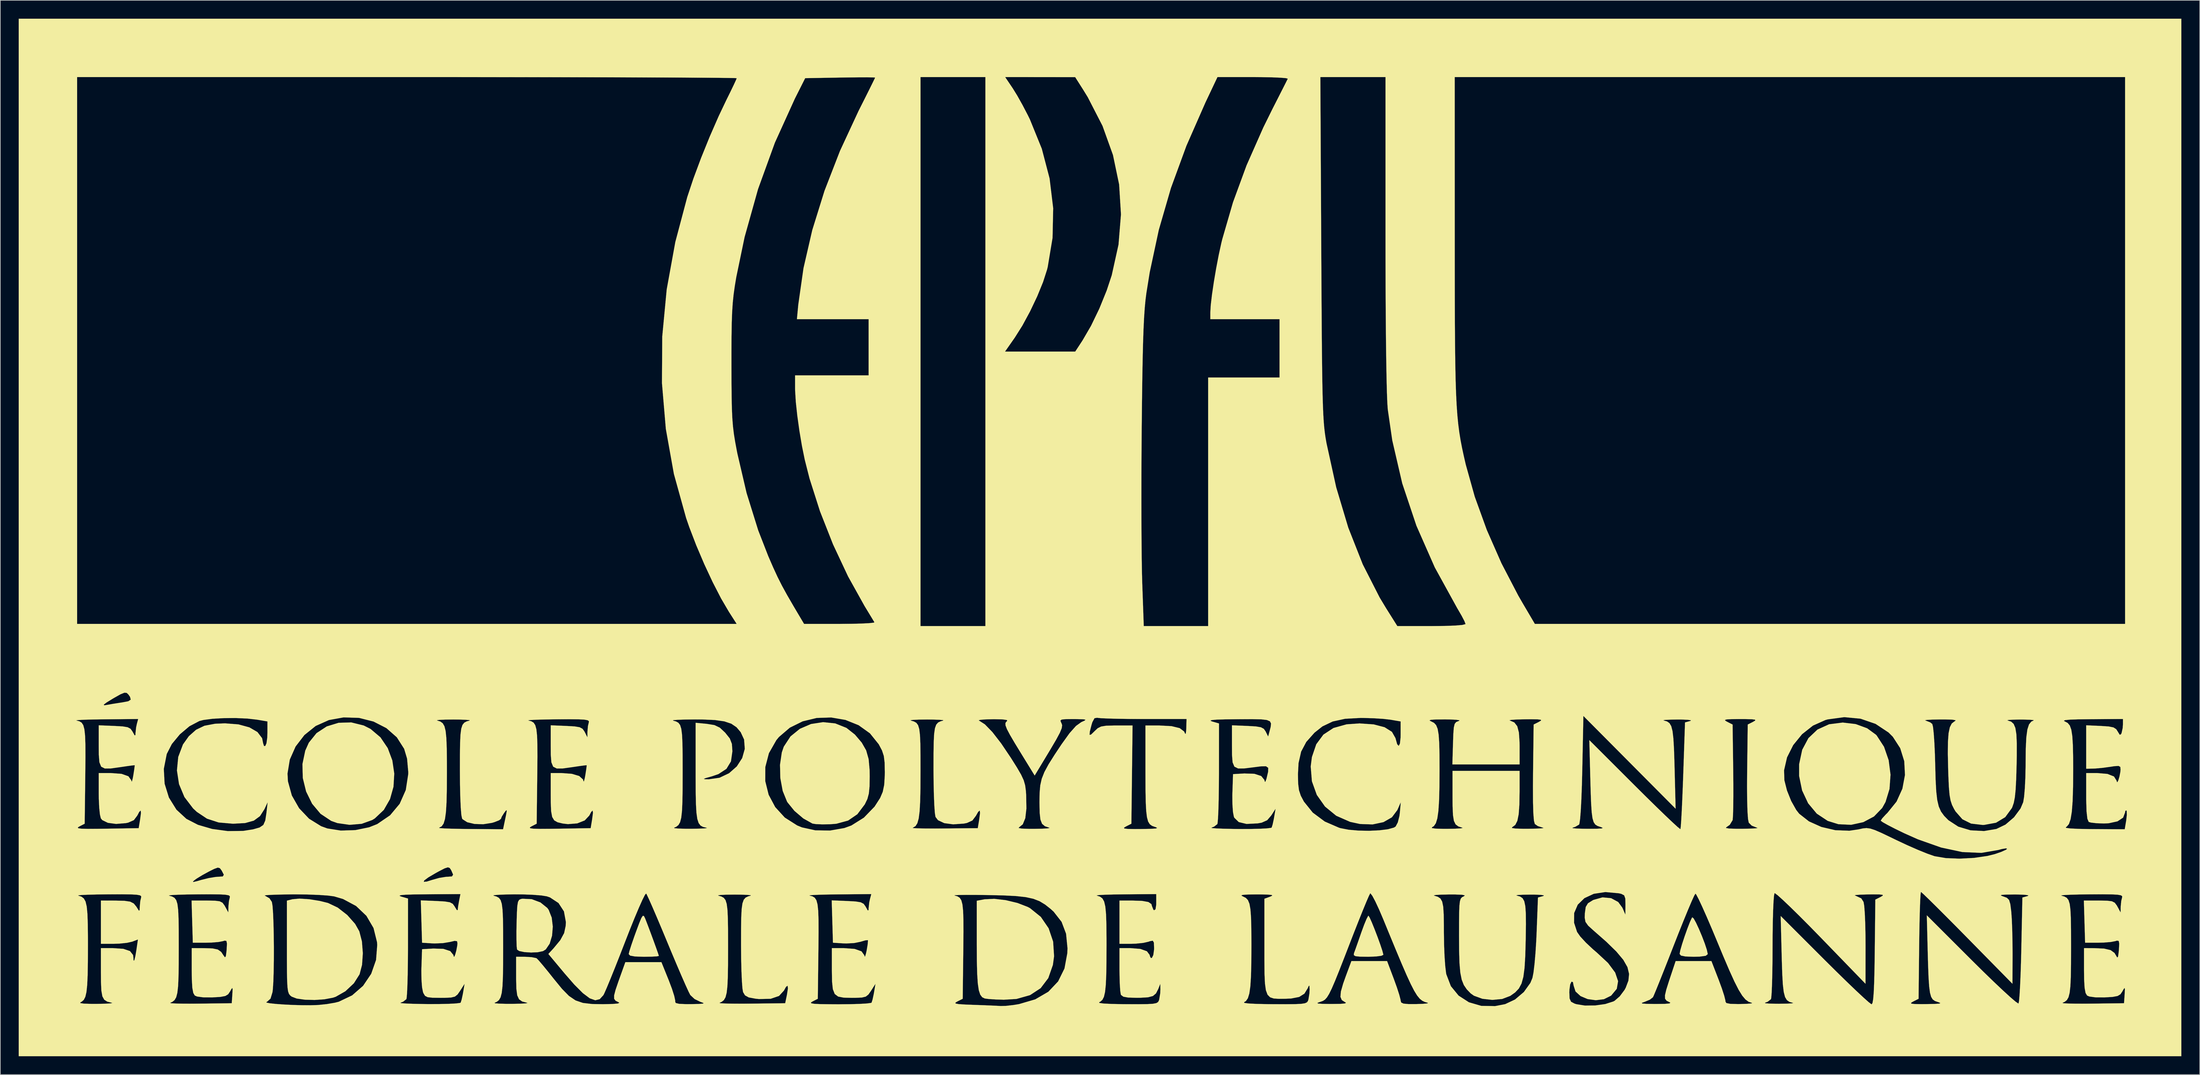
<source format=kicad_pcb>
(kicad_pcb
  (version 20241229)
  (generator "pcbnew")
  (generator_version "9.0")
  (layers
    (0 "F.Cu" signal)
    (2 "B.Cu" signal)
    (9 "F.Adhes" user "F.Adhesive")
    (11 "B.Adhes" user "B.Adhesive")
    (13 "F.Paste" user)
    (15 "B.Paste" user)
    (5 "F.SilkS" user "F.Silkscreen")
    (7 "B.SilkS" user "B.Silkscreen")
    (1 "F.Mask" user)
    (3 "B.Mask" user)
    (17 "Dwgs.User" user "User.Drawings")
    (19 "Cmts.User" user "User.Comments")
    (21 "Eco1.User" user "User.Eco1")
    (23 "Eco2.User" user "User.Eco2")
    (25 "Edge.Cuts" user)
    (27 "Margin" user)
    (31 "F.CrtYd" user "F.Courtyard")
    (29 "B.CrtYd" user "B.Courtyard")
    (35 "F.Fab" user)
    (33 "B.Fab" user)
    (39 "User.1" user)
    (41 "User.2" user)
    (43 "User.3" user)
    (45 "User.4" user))
  (footprint "epfl_logo"
    (layer "F.Cu")
    (at 176.394 84.672)
    (property "Reference" "epfl_logo" (at 0 0 0) (layer "F.SilkS") (effects (font (size 1.524 1.524) (thickness 0.3))))
    (attr through_hole)
    (fp_poly (pts (xy 96.833 62.186) (xy 97.216 62.875) (xy 97.692 63.895) (xy 98.191 65.082) (xy 98.644 66.266) (xy 98.979 67.282) (xy 99.128 67.962) (xy 99.131 68.016) (xy 98.805 68.278) (xy 97.814 68.415) (xy 96.838 68.439) (xy 95.498 68.393) (xy 94.765 68.242) (xy 94.544 67.972) (xy 94.659 67.377) (xy 94.954 66.357) (xy 95.36 65.116) (xy 95.806 63.858) (xy 96.221 62.788) (xy 96.533 62.11) (xy 96.612 61.997) (xy 96.833 62.186)) (stroke (width 0.01) (type solid)) (fill yes) (layer "F.SilkS"))
    (fp_poly (pts (xy -74.398 61.795) (xy -74.211 62.174) (xy -74.159 62.303) (xy -73.766 63.32) (xy -73.298 64.565) (xy -72.82 65.862) (xy -72.396 67.034) (xy -72.09 67.906) (xy -71.967 68.301) (xy -71.967 68.305) (xy -72.29 68.371) (xy -73.14 68.419) (xy -74.338 68.439) (xy -74.436 68.439) (xy -75.859 68.393) (xy -76.653 68.249) (xy -76.887 67.998) (xy -76.762 67.49) (xy -76.445 66.494) (xy -75.991 65.18) (xy -75.716 64.42) (xy -75.179 62.976) (xy -74.821 62.113) (xy -74.581 61.747) (xy -74.398 61.795)) (stroke (width 0.01) (type solid)) (fill yes) (layer "F.SilkS"))
    (fp_poly (pts (xy -92.714 59.039) (xy -91.279 59.578) (xy -90.169 60.47) (xy -89.943 60.785) (xy -89.445 62.047) (xy -89.27 63.517) (xy -89.389 65) (xy -89.778 66.303) (xy -90.409 67.231) (xy -90.856 67.514) (xy -91.715 67.696) (xy -92.81 67.746) (xy -93.901 67.676) (xy -94.747 67.502) (xy -95.097 67.27) (xy -95.161 66.743) (xy -95.195 65.678) (xy -95.198 64.241) (xy -95.174 62.948) (xy -95.124 61.258) (xy -95.059 60.147) (xy -94.948 59.487) (xy -94.76 59.151) (xy -94.465 59.012) (xy -94.207 58.968) (xy -92.714 59.039)) (stroke (width 0.01) (type solid)) (fill yes) (layer "F.SilkS"))
    (fp_poly (pts (xy 43.98 62.041) (xy 44.337 62.837) (xy 44.788 63.95) (xy 45.268 65.204) (xy 45.709 66.422) (xy 46.044 67.431) (xy 46.208 68.053) (xy 46.214 68.122) (xy 45.891 68.277) (xy 45.039 68.39) (xy 43.837 68.438) (xy 43.707 68.439) (xy 42.408 68.421) (xy 41.682 68.345) (xy 41.397 68.174) (xy 41.42 67.873) (xy 41.439 67.822) (xy 41.663 67.208) (xy 42.044 66.134) (xy 42.507 64.806) (xy 42.623 64.47) (xy 43.083 63.212) (xy 43.478 62.259) (xy 43.74 61.769) (xy 43.786 61.736) (xy 43.98 62.041)) (stroke (width 0.01) (type solid)) (fill yes) (layer "F.SilkS"))
    (fp_poly (pts (xy 123.263 30.462) (xy 125.137 31.149) (xy 126.576 32.201) (xy 126.694 32.33) (xy 127.889 34.17) (xy 128.645 36.361) (xy 128.947 38.716) (xy 128.782 41.049) (xy 128.134 43.173) (xy 127.586 44.158) (xy 126.254 45.538) (xy 124.513 46.464) (xy 122.524 46.898) (xy 120.45 46.803) (xy 118.707 46.262) (xy 116.92 45.078) (xy 115.507 43.383) (xy 114.528 41.296) (xy 114.042 38.937) (xy 114.045 37.002) (xy 114.546 34.651) (xy 115.557 32.755) (xy 117.033 31.355) (xy 118.931 30.494) (xy 121.147 30.213) (xy 123.263 30.462)) (stroke (width 0.01) (type solid)) (fill yes) (layer "F.SilkS"))
    (fp_poly (pts (xy -120.113 30.694) (xy -118.999 31.257) (xy -117.382 32.626) (xy -116.196 34.382) (xy -115.445 36.396) (xy -115.131 38.54) (xy -115.257 40.686) (xy -115.823 42.705) (xy -116.834 44.468) (xy -118.292 45.848) (xy -118.72 46.115) (xy -120.433 46.733) (xy -122.421 46.904) (xy -124.408 46.62) (xy -125.416 46.262) (xy -127.152 45.106) (xy -128.53 43.461) (xy -129.508 41.468) (xy -130.048 39.266) (xy -130.108 36.996) (xy -129.648 34.798) (xy -129.068 33.502) (xy -127.81 31.939) (xy -126.142 30.844) (xy -124.207 30.25) (xy -122.15 30.19) (xy -120.113 30.694)) (stroke (width 0.01) (type solid)) (fill yes) (layer "F.SilkS"))
    (fp_poly (pts (xy -15.385 59.202) (xy -13.464 59.662) (xy -11.797 60.306) (xy -11.418 60.511) (xy -9.658 61.932) (xy -8.388 63.788) (xy -7.652 65.964) (xy -7.498 68.348) (xy -7.691 69.773) (xy -8.442 71.919) (xy -9.686 73.562) (xy -11.417 74.699) (xy -13.627 75.323) (xy -15.699 75.45) (xy -17.036 75.408) (xy -18.156 75.335) (xy -18.805 75.247) (xy -19.221 75.044) (xy -19.541 74.622) (xy -19.776 73.901) (xy -19.938 72.799) (xy -20.04 71.238) (xy -20.093 69.135) (xy -20.108 66.41) (xy -20.108 66.315) (xy -20.108 59.299) (xy -18.837 59.06) (xy -17.272 58.982) (xy -15.385 59.202)) (stroke (width 0.01) (type solid)) (fill yes) (layer "F.SilkS"))
    (fp_poly (pts (xy -129.022 59.047) (xy -127.294 59.324) (xy -125.934 59.663) (xy -124.351 60.417) (xy -122.801 61.624) (xy -121.518 63.073) (xy -120.831 64.288) (xy -120.406 65.931) (xy -120.257 67.857) (xy -120.385 69.756) (xy -120.787 71.298) (xy -121.719 72.767) (xy -123.1 74.064) (xy -124.672 74.963) (xy -125.138 75.12) (xy -126.548 75.384) (xy -128.151 75.49) (xy -129.724 75.446) (xy -131.043 75.257) (xy -131.86 74.945) (xy -132.119 74.742) (xy -132.313 74.482) (xy -132.453 74.069) (xy -132.546 73.41) (xy -132.603 72.409) (xy -132.632 70.973) (xy -132.643 69.006) (xy -132.644 66.838) (xy -132.644 59.28) (xy -131.733 59.051) (xy -130.586 58.947) (xy -129.022 59.047)) (stroke (width 0.01) (type solid)) (fill yes) (layer "F.SilkS"))
    (fp_poly (pts (xy -43.203 30.352) (xy -41.367 31.085) (xy -39.986 32.177) (xy -38.872 33.488) (xy -38.152 34.75) (xy -37.749 36.178) (xy -37.587 37.987) (xy -37.572 38.982) (xy -37.601 40.635) (xy -37.715 41.799) (xy -37.952 42.688) (xy -38.35 43.515) (xy -38.383 43.574) (xy -39.59 45.175) (xy -41.097 46.205) (xy -43.013 46.727) (xy -44.059 46.813) (xy -45.34 46.828) (xy -46.383 46.782) (xy -46.919 46.694) (xy -48.404 45.861) (xy -49.854 44.625) (xy -50.98 43.237) (xy -51.065 43.096) (xy -51.765 41.37) (xy -52.15 39.281) (xy -52.204 37.099) (xy -51.911 35.095) (xy -51.589 34.149) (xy -50.492 32.475) (xy -48.963 31.234) (xy -47.144 30.451) (xy -45.176 30.148) (xy -43.203 30.352)) (stroke (width 0.01) (type solid)) (fill yes) (layer "F.SilkS"))
    (fp_poly (pts (xy 176.389 84.667) (xy -176.389 84.667) (xy -176.389 58.415) (xy -166.696 58.415) (xy -166.688 58.455) (xy -166.165 58.626) (xy -165.772 58.919) (xy -165.488 59.428) (xy -165.297 60.241) (xy -165.181 61.451) (xy -165.122 63.148) (xy -165.101 65.423) (xy -165.1 66.522) (xy -165.11 69.289) (xy -165.146 71.434) (xy -165.22 73.041) (xy -165.342 74.194) (xy -165.524 74.976) (xy -165.774 75.471) (xy -166.105 75.762) (xy -166.297 75.855) (xy -166.366 75.999) (xy -165.754 76.091) (xy -164.482 76.13) (xy -163.689 76.13) (xy -162.367 76.104) (xy -161.473 76.055) (xy -161.109 75.991) (xy -161.219 75.942) (xy -161.943 75.761) (xy -162.436 75.453) (xy -162.744 74.896) (xy -162.908 73.969) (xy -162.973 72.551) (xy -162.983 71.042) (xy -162.983 67.028) (xy -161.02 67.028) (xy -159.319 67.146) (xy -158.241 67.512) (xy -157.74 68.147) (xy -157.692 68.51) (xy -157.648 69.085) (xy -157.531 69.013) (xy -157.362 68.348) (xy -157.186 67.293) (xy -156.943 65.618) (xy -157.869 65.97) (xy -158.736 66.165) (xy -159.981 66.293) (xy -160.89 66.322) (xy -162.983 66.322) (xy -162.983 59.267) (xy -160.602 59.272) (xy -159.146 59.307) (xy -158.213 59.444) (xy -157.62 59.748) (xy -157.185 60.282) (xy -157.055 60.501) (xy -156.766 60.947) (xy -156.661 60.786) (xy -156.644 60.266) (xy -156.557 59.332) (xy -156.419 58.766) (xy -156.406 58.556) (xy -156.59 58.425) (xy -151.896 58.425) (xy -151.871 58.464) (xy -151.364 58.609) (xy -150.979 58.823) (xy -150.698 59.194) (xy -150.505 59.811) (xy -150.384 60.764) (xy -150.318 62.141) (xy -150.289 64.03) (xy -150.283 66.522) (xy -150.283 67.004) (xy -150.291 69.672) (xy -150.323 71.722) (xy -150.392 73.244) (xy -150.514 74.324) (xy -150.702 75.051) (xy -150.97 75.514) (xy -151.331 75.8) (xy -151.694 75.96) (xy -151.551 76.023) (xy -150.809 76.069) (xy -149.573 76.095) (xy -147.951 76.098) (xy -146.932 76.089) (xy -141.64 76.024) (xy -141.543 74.612) (xy -141.496 73.747) (xy -141.556 73.512) (xy -141.773 73.834) (xy -141.904 74.083) (xy -142.225 74.56) (xy -142.69 74.841) (xy -143.489 74.99) (xy -144.768 75.07) (xy -146.251 75.068) (xy -147.295 74.926) (xy -147.669 74.763) (xy -147.914 74.346) (xy -148.07 73.514) (xy -148.149 72.163) (xy -148.167 70.689) (xy -148.167 67.028) (xy -146.138 67.033) (xy -144.773 67.079) (xy -143.914 67.259) (xy -143.365 67.646) (xy -142.973 68.235) (xy -142.743 68.54) (xy -142.599 68.338) (xy -142.495 67.54) (xy -142.472 67.268) (xy -142.419 66.283) (xy -142.511 65.847) (xy -142.81 65.806) (xy -143.049 65.884) (xy -143.78 66.026) (xy -144.928 66.121) (xy -145.874 66.145) (xy -147.99 66.146) (xy -148.091 62.706) (xy -148.192 59.267) (xy -145.721 59.267) (xy -144.412 59.286) (xy -143.618 59.384) (xy -143.151 59.622) (xy -142.822 60.062) (xy -142.724 60.237) (xy -142.198 61.207) (xy -142.184 60.266) (xy -142.094 59.332) (xy -141.955 58.766) (xy -141.941 58.553) (xy -142.117 58.43) (xy -136.301 58.43) (xy -136.241 58.46) (xy -135.493 58.896) (xy -135.095 59.493) (xy -134.987 60.132) (xy -134.9 61.336) (xy -134.834 62.965) (xy -134.79 64.878) (xy -134.77 66.935) (xy -134.774 68.996) (xy -134.804 70.92) (xy -134.859 72.567) (xy -134.942 73.797) (xy -134.995 74.219) (xy -135.316 75.276) (xy -135.876 75.777) (xy -135.961 75.806) (xy -135.992 75.916) (xy -135.45 76.029) (xy -134.467 76.136) (xy -133.178 76.23) (xy -131.713 76.303) (xy -130.207 76.346) (xy -128.791 76.353) (xy -127.598 76.315) (xy -127.529 76.31) (xy -126.13 76.164) (xy -124.815 75.94) (xy -124.178 75.78) (xy -122.001 74.742) (xy -120.215 73.185) (xy -118.89 71.22) (xy -118.097 68.956) (xy -117.906 66.505) (xy -117.942 66.041) (xy -118.511 63.745) (xy -119.675 61.755) (xy -121.358 60.15) (xy -123.486 59.009) (xy -124.935 58.583) (xy -125.716 58.478) (xy -114.298 58.478) (xy -114.035 58.603) (xy -112.889 58.934) (xy -112.894 66.95) (xy -112.907 69.272) (xy -112.939 71.365) (xy -112.988 73.124) (xy -113.049 74.443) (xy -113.12 75.216) (xy -113.159 75.365) (xy -113.694 75.779) (xy -114.124 75.942) (xy -114.045 76.006) (xy -113.363 76.064) (xy -112.179 76.114) (xy -110.595 76.148) (xy -109.647 76.159) (xy -107.809 76.156) (xy -106.235 76.121) (xy -105.053 76.059) (xy -104.391 75.975) (xy -104.299 75.933) (xy -104.139 75.44) (xy -103.946 74.545) (xy -103.895 74.257) (xy -103.656 72.849) (xy -104.387 73.995) (xy -104.805 74.595) (xy -105.235 74.938) (xy -105.877 75.095) (xy -106.934 75.14) (xy -107.601 75.142) (xy -108.907 75.125) (xy -109.684 75.035) (xy -110.11 74.815) (xy -110.361 74.404) (xy -110.441 74.203) (xy -110.595 73.419) (xy -110.689 72.165) (xy -110.708 70.675) (xy -110.697 70.234) (xy -110.596 67.204) (xy -108.754 67.098) (xy -107.113 67.151) (xy -106 67.514) (xy -105.472 68.164) (xy -105.439 68.363) (xy -105.351 68.471) (xy -105.186 68.085) (xy -105.001 67.405) (xy -104.856 66.628) (xy -104.817 66.262) (xy -104.884 65.898) (xy -105.282 65.844) (xy -106.018 66.017) (xy -107.172 66.209) (xy -108.533 66.268) (xy -108.929 66.253) (xy -110.596 66.146) (xy -110.697 62.691) (xy -110.798 59.235) (xy -108.237 59.339) (xy -106.889 59.416) (xy -106.066 59.55) (xy -105.591 59.8) (xy -105.282 60.225) (xy -105.23 60.325) (xy -104.917 60.829) (xy -104.78 60.817) (xy -104.78 60.81) (xy -104.711 60.203) (xy -104.555 59.311) (xy -104.385 58.462) (xy -98.959 58.462) (xy -98.954 58.464) (xy -98.448 58.609) (xy -98.062 58.823) (xy -97.782 59.194) (xy -97.589 59.811) (xy -97.467 60.764) (xy -97.401 62.141) (xy -97.373 64.03) (xy -97.367 66.522) (xy -97.367 67.004) (xy -97.374 69.673) (xy -97.406 71.725) (xy -97.476 73.248) (xy -97.598 74.328) (xy -97.786 75.055) (xy -98.054 75.516) (xy -98.416 75.799) (xy -98.778 75.955) (xy -98.685 76.033) (xy -98.009 76.091) (xy -96.873 76.122) (xy -95.956 76.124) (xy -94.634 76.101) (xy -93.739 76.054) (xy -93.376 75.99) (xy -93.486 75.942) (xy -94.264 75.737) (xy -94.774 75.378) (xy -95.071 74.731) (xy -95.211 73.665) (xy -95.25 72.046) (xy -95.25 71.747) (xy -95.25 68.439) (xy -93.751 68.444) (xy -92.733 68.505) (xy -92.009 68.65) (xy -91.887 68.709) (xy -91.531 69.079) (xy -90.848 69.881) (xy -89.943 70.99) (xy -89.113 72.034) (xy -87.764 73.682) (xy -86.636 74.83) (xy -85.557 75.565) (xy -84.358 75.976) (xy -82.868 76.151) (xy -81.086 76.178) (xy -79.536 76.146) (xy -78.654 76.071) (xy -78.404 75.95) (xy -78.581 75.836) (xy -79.032 75.61) (xy -79.262 75.293) (xy -79.265 74.751) (xy -79.033 73.852) (xy -78.56 72.463) (xy -78.383 71.967) (xy -77.435 69.321) (xy -71.548 69.321) (xy -70.34 72.314) (xy -69.824 73.683) (xy -69.459 74.831) (xy -69.296 75.584) (xy -69.304 75.754) (xy -69.216 75.987) (xy -68.665 76.121) (xy -67.556 76.17) (xy -66.752 76.168) (xy -65.442 76.141) (xy -64.769 76.089) (xy -64.662 75.994) (xy -65.052 75.842) (xy -65.174 75.806) (xy -66.136 75.339) (xy -66.837 74.684) (xy -67.115 74.141) (xy -67.616 73.047) (xy -68.293 71.505) (xy -69.102 69.616) (xy -70 67.484) (xy -70.557 66.142) (xy -71.469 63.951) (xy -72.304 61.975) (xy -73.021 60.31) (xy -73.579 59.05) (xy -73.879 58.414) (xy -62.326 58.414) (xy -62.265 58.464) (xy -61.759 58.609) (xy -61.374 58.823) (xy -61.093 59.194) (xy -60.9 59.811) (xy -60.778 60.764) (xy -60.712 62.141) (xy -60.684 64.03) (xy -60.678 66.522) (xy -60.678 67.004) (xy -60.685 69.672) (xy -60.717 71.722) (xy -60.787 73.244) (xy -60.909 74.324) (xy -61.096 75.052) (xy -61.364 75.514) (xy -61.725 75.8) (xy -62.089 75.96) (xy -61.94 76.021) (xy -61.189 76.067) (xy -59.94 76.093) (xy -58.298 76.099) (xy -56.989 76.089) (xy -51.36 76.024) (xy -51.074 74.647) (xy -50.91 73.593) (xy -50.969 73.155) (xy -51.234 73.36) (xy -51.562 73.955) (xy -52.368 74.834) (xy -53.728 75.297) (xy -55.623 75.339) (xy -56.202 75.279) (xy -57.304 75.074) (xy -57.916 74.733) (xy -58.231 74.201) (xy -58.333 73.587) (xy -58.422 72.393) (xy -58.494 70.742) (xy -58.542 68.759) (xy -58.561 66.568) (xy -58.561 66.342) (xy -58.556 63.862) (xy -58.528 61.993) (xy -58.459 60.644) (xy -58.329 59.721) (xy -58.121 59.132) (xy -57.815 58.782) (xy -57.392 58.579) (xy -56.974 58.464) (xy -56.983 58.42) (xy -47.423 58.42) (xy -47.386 58.454) (xy -46.905 58.58) (xy -46.537 58.805) (xy -46.268 59.213) (xy -46.085 59.89) (xy -45.974 60.919) (xy -45.922 62.387) (xy -45.914 64.377) (xy -45.937 66.976) (xy -45.942 67.415) (xy -46.038 75.298) (xy -46.919 75.744) (xy -47.174 75.917) (xy -47.089 76.04) (xy -46.586 76.121) (xy -45.586 76.168) (xy -44.012 76.19) (xy -42.619 76.195) (xy -40.781 76.179) (xy -39.207 76.133) (xy -38.025 76.063) (xy -37.364 75.975) (xy -37.271 75.933) (xy -37.111 75.44) (xy -36.918 74.545) (xy -36.867 74.257) (xy -36.628 72.849) (xy -37.359 73.995) (xy -37.779 74.597) (xy -38.212 74.94) (xy -38.859 75.097) (xy -39.923 75.14) (xy -40.552 75.142) (xy -41.836 75.109) (xy -42.72 74.935) (xy -43.278 74.511) (xy -43.585 73.726) (xy -43.716 72.468) (xy -43.744 70.627) (xy -43.744 70.402) (xy -43.744 67.028) (xy -41.781 67.028) (xy -40.022 67.159) (xy -38.909 67.556) (xy -38.433 68.222) (xy -38.414 68.363) (xy -38.335 68.424) (xy -38.178 67.909) (xy -38.068 67.403) (xy -37.907 66.444) (xy -37.854 65.828) (xy -37.874 65.726) (xy -38.246 65.752) (xy -38.998 65.967) (xy -39.062 65.989) (xy -40.084 66.196) (xy -41.375 66.27) (xy -41.853 66.255) (xy -43.568 66.146) (xy -43.669 62.691) (xy -43.77 59.235) (xy -41.209 59.339) (xy -39.861 59.416) (xy -39.039 59.55) (xy -38.563 59.8) (xy -38.254 60.225) (xy -38.202 60.325) (xy -37.888 60.885) (xy -37.766 60.835) (xy -37.748 60.501) (xy -37.646 59.567) (xy -37.525 59.002) (xy -37.373 58.436) (xy -23.75 58.436) (xy -23.268 58.573) (xy -22.9 58.805) (xy -22.631 59.216) (xy -22.449 59.893) (xy -22.338 60.92) (xy -22.285 62.383) (xy -22.278 64.368) (xy -22.301 66.96) (xy -22.306 67.415) (xy -22.401 75.298) (xy -23.279 75.735) (xy -23.6 75.935) (xy -23.552 76.073) (xy -23.048 76.168) (xy -21.999 76.237) (xy -20.633 76.289) (xy -19.024 76.346) (xy -17.594 76.405) (xy -16.549 76.456) (xy -16.204 76.479) (xy -15.361 76.456) (xy -14.142 76.318) (xy -13.217 76.168) (xy -10.564 75.391) (xy -8.431 74.15) (xy -6.837 72.464) (xy -5.798 70.354) (xy -5.333 67.838) (xy -5.307 67.028) (xy -5.539 64.675) (xy -6.271 62.738) (xy -7.561 61.085) (xy -8.057 60.632) (xy -8.966 59.913) (xy -9.865 59.369) (xy -10.875 58.975) (xy -12.115 58.704) (xy -13.705 58.529) (xy -15.763 58.425) (xy -15.832 58.424) (xy -0.569 58.424) (xy -0.529 58.455) (xy -0.007 58.626) (xy 0.387 58.919) (xy 0.67 59.428) (xy 0.861 60.241) (xy 0.977 61.451) (xy 1.037 63.148) (xy 1.057 65.423) (xy 1.058 66.522) (xy 1.049 69.289) (xy 1.012 71.434) (xy 0.938 73.041) (xy 0.816 74.194) (xy 0.635 74.976) (xy 0.384 75.471) (xy 0.053 75.762) (xy -0.138 75.855) (xy -0.119 75.975) (xy 0.559 76.071) (xy 1.851 76.138) (xy 3.711 76.174) (xy 4.28 76.178) (xy 6.285 76.183) (xy 7.695 76.166) (xy 8.621 76.113) (xy 9.175 76.007) (xy 9.466 75.832) (xy 9.607 75.572) (xy 9.655 75.406) (xy 9.821 74.391) (xy 9.851 73.731) (xy 9.833 72.849) (xy 9.485 73.721) (xy 9.128 74.419) (xy 8.629 74.842) (xy 7.822 75.057) (xy 6.537 75.131) (xy 5.947 75.136) (xy 4.6 75.098) (xy 3.811 74.956) (xy 3.436 74.679) (xy 3.389 74.584) (xy 3.297 74.005) (xy 3.225 72.905) (xy 3.183 71.466) (xy 3.175 70.527) (xy 3.175 67.028) (xy 4.962 67.028) (xy 6.581 67.16) (xy 7.646 67.542) (xy 8.101 68.152) (xy 8.114 68.296) (xy 8.288 68.651) (xy 8.467 68.615) (xy 8.693 68.152) (xy 8.813 67.276) (xy 8.819 67.016) (xy 8.789 66.138) (xy 8.611 65.814) (xy 8.151 65.891) (xy 7.915 65.978) (xy 7.038 66.177) (xy 5.809 66.301) (xy 5.092 66.322) (xy 3.175 66.322) (xy 3.175 59.267) (xy 5.263 59.267) (xy 6.878 59.322) (xy 7.886 59.504) (xy 8.379 59.839) (xy 8.467 60.166) (xy 8.698 60.75) (xy 8.819 60.854) (xy 9.051 60.695) (xy 9.166 59.95) (xy 9.172 59.64) (xy 9.172 58.435) (xy 23.034 58.435) (xy 23.301 58.594) (xy 23.331 58.605) (xy 23.785 58.831) (xy 24.126 59.194) (xy 24.371 59.786) (xy 24.534 60.7) (xy 24.632 62.028) (xy 24.68 63.865) (xy 24.694 66.302) (xy 24.694 66.67) (xy 24.678 69.471) (xy 24.623 71.646) (xy 24.518 73.273) (xy 24.353 74.433) (xy 24.118 75.203) (xy 23.802 75.663) (xy 23.496 75.856) (xy 23.53 75.971) (xy 24.218 76.064) (xy 25.51 76.132) (xy 27.354 76.171) (xy 28.269 76.178) (xy 30.351 76.183) (xy 31.835 76.169) (xy 32.827 76.122) (xy 33.435 76.027) (xy 33.555 75.97) (xy 35.449 75.97) (xy 35.552 76.069) (xy 36.228 76.124) (xy 37.539 76.145) (xy 37.747 76.146) (xy 39.194 76.128) (xy 39.975 76.059) (xy 40.128 75.934) (xy 39.952 75.836) (xy 39.438 75.507) (xy 39.216 74.972) (xy 39.29 74.113) (xy 39.662 72.813) (xy 40.081 71.634) (xy 41.004 69.144) (xy 46.826 69.144) (xy 47.931 72.073) (xy 48.43 73.46) (xy 48.812 74.645) (xy 49.017 75.438) (xy 49.036 75.6) (xy 49.131 75.913) (xy 49.513 76.089) (xy 50.322 76.16) (xy 51.594 76.159) (xy 52.718 76.119) (xy 53.395 76.051) (xy 53.509 75.967) (xy 53.446 75.947) (xy 52.976 75.812) (xy 52.554 75.61) (xy 52.147 75.279) (xy 51.722 74.759) (xy 51.247 73.986) (xy 50.689 72.901) (xy 50.015 71.441) (xy 49.192 69.545) (xy 48.189 67.151) (xy 46.971 64.198) (xy 46.206 62.331) (xy 45.52 60.723) (xy 44.907 59.408) (xy 44.422 58.497) (xy 44.363 58.419) (xy 54.429 58.419) (xy 54.504 58.464) (xy 55.103 58.649) (xy 55.529 58.938) (xy 55.812 59.439) (xy 55.98 60.263) (xy 56.062 61.52) (xy 56.09 63.32) (xy 56.092 64.408) (xy 56.12 66.407) (xy 56.196 68.32) (xy 56.31 69.955) (xy 56.451 71.12) (xy 56.484 71.292) (xy 57.23 73.241) (xy 58.491 74.782) (xy 60.174 75.869) (xy 62.188 76.454) (xy 64.44 76.492) (xy 66.083 76.175) (xy 67.69 75.421) (xy 69.048 74.27) (xy 76.553 74.27) (xy 76.598 75.256) (xy 76.831 75.779) (xy 77.397 76.081) (xy 77.699 76.179) (xy 79.095 76.405) (xy 80.764 76.39) (xy 82.406 76.16) (xy 83.015 75.967) (xy 88.368 75.967) (xy 88.44 76.067) (xy 89.074 76.122) (xy 90.336 76.144) (xy 90.664 76.146) (xy 92.111 76.128) (xy 92.892 76.059) (xy 93.045 75.934) (xy 92.869 75.836) (xy 92.411 75.606) (xy 92.172 75.281) (xy 92.156 74.73) (xy 92.367 73.818) (xy 92.809 72.414) (xy 92.986 71.88) (xy 93.897 69.144) (xy 99.735 69.144) (xy 100.929 72.231) (xy 101.441 73.625) (xy 101.82 74.795) (xy 102.013 75.57) (xy 102.023 75.759) (xy 102.173 75.998) (xy 102.822 76.126) (xy 104.058 76.158) (xy 104.495 76.152) (xy 105.617 76.112) (xy 106.286 76.049) (xy 106.328 76.019) (xy 108.478 76.019) (xy 109.067 76.077) (xy 110.132 76.108) (xy 110.772 76.111) (xy 112.015 76.092) (xy 112.827 76.049) (xy 113.098 75.988) (xy 113.003 75.954) (xy 112.458 75.8) (xy 112.045 75.516) (xy 111.744 75.011) (xy 111.531 74.191) (xy 111.386 72.966) (xy 111.287 71.241) (xy 111.212 68.926) (xy 111.195 68.266) (xy 111.032 61.784) (xy 118.241 68.992) (xy 120.099 70.836) (xy 121.808 72.506) (xy 123.301 73.939) (xy 124.514 75.072) (xy 125.378 75.842) (xy 125.828 76.187) (xy 125.865 76.2) (xy 126.008 75.992) (xy 126.014 75.957) (xy 132.295 75.957) (xy 132.34 76.088) (xy 132.867 76.152) (xy 133.967 76.168) (xy 134.761 76.163) (xy 136.155 76.138) (xy 136.91 76.086) (xy 137.091 75.994) (xy 136.764 75.85) (xy 136.634 75.811) (xy 136.183 75.65) (xy 135.835 75.402) (xy 135.575 74.979) (xy 135.385 74.294) (xy 135.25 73.257) (xy 135.152 71.782) (xy 135.076 69.78) (xy 135.005 67.162) (xy 135.003 67.084) (xy 134.868 61.673) (xy 142.21 69.008) (xy 144.075 70.854) (xy 145.785 72.511) (xy 147.275 73.92) (xy 148.48 75.022) (xy 149.339 75.757) (xy 149.785 76.066) (xy 149.829 76.067) (xy 149.914 75.65) (xy 150.003 74.629) (xy 150.091 73.103) (xy 150.173 71.172) (xy 150.244 68.937) (xy 150.283 67.279) (xy 150.46 58.768) (xy 151.342 58.523) (xy 151.433 58.425) (xy 156.785 58.425) (xy 156.81 58.464) (xy 157.316 58.609) (xy 157.701 58.823) (xy 157.982 59.194) (xy 158.175 59.811) (xy 158.297 60.764) (xy 158.363 62.141) (xy 158.391 64.03) (xy 158.397 66.522) (xy 158.397 67.004) (xy 158.39 69.672) (xy 158.358 71.722) (xy 158.288 73.244) (xy 158.166 74.324) (xy 157.979 75.051) (xy 157.711 75.514) (xy 157.35 75.8) (xy 156.986 75.96) (xy 157.129 76.023) (xy 157.872 76.069) (xy 159.107 76.095) (xy 160.729 76.098) (xy 161.749 76.089) (xy 167.04 76.024) (xy 167.138 74.612) (xy 167.185 73.747) (xy 167.125 73.512) (xy 166.908 73.834) (xy 166.776 74.083) (xy 166.456 74.56) (xy 165.99 74.841) (xy 165.192 74.99) (xy 163.913 75.07) (xy 162.429 75.068) (xy 161.386 74.926) (xy 161.011 74.763) (xy 160.766 74.346) (xy 160.611 73.514) (xy 160.531 72.163) (xy 160.514 70.689) (xy 160.514 67.028) (xy 162.19 67.033) (xy 163.796 67.108) (xy 164.848 67.355) (xy 165.485 67.819) (xy 165.718 68.205) (xy 165.931 68.566) (xy 166.067 68.417) (xy 166.169 67.674) (xy 166.202 67.296) (xy 166.259 66.3) (xy 166.174 65.853) (xy 165.884 65.803) (xy 165.631 65.884) (xy 164.9 66.026) (xy 163.753 66.121) (xy 162.807 66.145) (xy 160.69 66.146) (xy 160.589 62.706) (xy 160.488 59.267) (xy 162.959 59.267) (xy 164.269 59.286) (xy 165.062 59.384) (xy 165.529 59.622) (xy 165.859 60.062) (xy 165.957 60.237) (xy 166.483 61.207) (xy 166.497 60.266) (xy 166.587 59.332) (xy 166.725 58.766) (xy 166.739 58.553) (xy 166.527 58.404) (xy 165.993 58.308) (xy 165.04 58.257) (xy 163.574 58.241) (xy 161.522 58.249) (xy 159.724 58.274) (xy 158.268 58.314) (xy 157.255 58.366) (xy 156.785 58.425) (xy 151.433 58.425) (xy 151.446 58.411) (xy 150.926 58.327) (xy 149.864 58.281) (xy 149.225 58.275) (xy 147.832 58.288) (xy 147.084 58.336) (xy 146.92 58.429) (xy 147.282 58.578) (xy 147.322 58.59) (xy 147.931 58.815) (xy 148.286 59.168) (xy 148.489 59.84) (xy 148.639 61.019) (xy 148.645 61.079) (xy 148.731 62.277) (xy 148.799 63.963) (xy 148.844 65.917) (xy 148.857 67.924) (xy 148.857 68.05) (xy 148.842 72.849) (xy 141.473 65.352) (xy 139.613 63.465) (xy 137.911 61.753) (xy 136.432 60.276) (xy 135.238 59.098) (xy 134.391 58.28) (xy 133.954 57.883) (xy 133.91 57.856) (xy 133.853 58.192) (xy 133.795 59.14) (xy 133.739 60.603) (xy 133.688 62.487) (xy 133.646 64.696) (xy 133.621 66.577) (xy 133.526 75.298) (xy 132.644 75.744) (xy 132.295 75.957) (xy 126.014 75.957) (xy 126.124 75.335) (xy 126.216 74.174) (xy 126.288 72.458) (xy 126.342 70.134) (xy 126.376 67.655) (xy 126.471 59.111) (xy 127.353 58.665) (xy 127.701 58.452) (xy 127.652 58.324) (xy 127.119 58.264) (xy 126.013 58.256) (xy 125.236 58.266) (xy 124.024 58.302) (xy 123.272 58.359) (xy 123.079 58.427) (xy 123.226 58.463) (xy 124.177 58.909) (xy 124.549 59.491) (xy 124.658 60.123) (xy 124.751 61.327) (xy 124.822 62.967) (xy 124.865 64.909) (xy 124.876 66.61) (xy 124.868 72.849) (xy 117.611 65.352) (xy 115.769 63.466) (xy 114.077 61.767) (xy 112.6 60.316) (xy 111.399 59.174) (xy 110.54 58.402) (xy 110.084 58.061) (xy 110.034 58.052) (xy 109.943 58.447) (xy 109.862 59.447) (xy 109.795 60.955) (xy 109.744 62.871) (xy 109.715 65.096) (xy 109.708 66.608) (xy 109.696 68.98) (xy 109.665 71.124) (xy 109.619 72.938) (xy 109.559 74.317) (xy 109.49 75.158) (xy 109.444 75.365) (xy 108.909 75.779) (xy 108.479 75.942) (xy 108.478 76.019) (xy 106.328 76.019) (xy 106.389 75.975) (xy 106.318 75.957) (xy 105.794 75.779) (xy 105.289 75.412) (xy 104.762 74.787) (xy 104.174 73.835) (xy 103.486 72.484) (xy 102.659 70.666) (xy 101.651 68.31) (xy 100.745 66.128) (xy 99.82 63.911) (xy 98.97 61.933) (xy 98.235 60.282) (xy 97.655 59.043) (xy 97.267 58.305) (xy 97.125 58.131) (xy 96.923 58.474) (xy 96.507 59.386) (xy 95.915 60.777) (xy 95.184 62.557) (xy 94.351 64.637) (xy 93.651 66.421) (xy 92.763 68.695) (xy 91.948 70.761) (xy 91.245 72.525) (xy 90.691 73.892) (xy 90.324 74.769) (xy 90.194 75.048) (xy 89.688 75.442) (xy 88.836 75.798) (xy 88.794 75.81) (xy 88.368 75.967) (xy 83.015 75.967) (xy 83.725 75.741) (xy 83.942 75.626) (xy 84.783 74.896) (xy 85.56 73.853) (xy 85.753 73.497) (xy 86.193 72.336) (xy 86.302 71.24) (xy 86.039 70.133) (xy 85.359 68.938) (xy 84.22 67.579) (xy 82.578 65.978) (xy 80.495 64.148) (xy 79.625 63.359) (xy 79.189 62.743) (xy 79.06 62.048) (xy 79.089 61.326) (xy 79.23 60.312) (xy 79.594 59.709) (xy 80.37 59.224) (xy 80.501 59.159) (xy 81.965 58.746) (xy 83.366 58.876) (xy 84.525 59.503) (xy 85.208 60.434) (xy 85.697 61.56) (xy 85.711 59.928) (xy 85.685 58.924) (xy 85.498 58.409) (xy 85.025 58.166) (xy 84.623 58.076) (xy 82.433 57.876) (xy 80.543 58.161) (xy 79.019 58.868) (xy 77.93 59.933) (xy 77.343 61.295) (xy 77.326 62.889) (xy 77.814 64.388) (xy 78.332 65.129) (xy 79.253 66.129) (xy 80.418 67.222) (xy 81.019 67.734) (xy 82.868 69.455) (xy 84.031 71.017) (xy 84.506 72.422) (xy 84.294 73.668) (xy 83.395 74.754) (xy 83.342 74.797) (xy 82.199 75.364) (xy 80.877 75.531) (xy 79.548 75.346) (xy 78.386 74.855) (xy 77.565 74.105) (xy 77.258 73.155) (xy 77.143 72.571) (xy 76.906 72.496) (xy 76.691 72.953) (xy 76.566 73.847) (xy 76.553 74.27) (xy 69.048 74.27) (xy 69.135 74.196) (xy 70.203 72.706) (xy 70.539 71.891) (xy 70.709 71.02) (xy 70.879 69.604) (xy 71.035 67.803) (xy 71.162 65.778) (xy 71.216 64.573) (xy 71.438 58.768) (xy 72.319 58.523) (xy 72.415 58.414) (xy 71.895 58.335) (xy 70.85 58.294) (xy 70.203 58.292) (xy 68.96 58.313) (xy 68.148 58.358) (xy 67.877 58.42) (xy 67.972 58.454) (xy 68.521 58.606) (xy 68.925 58.881) (xy 69.203 59.375) (xy 69.374 60.183) (xy 69.458 61.4) (xy 69.474 63.123) (xy 69.442 65.447) (xy 69.437 65.688) (xy 69.367 68.262) (xy 69.249 70.236) (xy 69.054 71.717) (xy 68.754 72.809) (xy 68.32 73.62) (xy 67.721 74.255) (xy 66.929 74.819) (xy 66.922 74.824) (xy 65.603 75.327) (xy 64 75.479) (xy 62.377 75.297) (xy 60.997 74.796) (xy 60.467 74.42) (xy 59.825 73.759) (xy 59.343 73.048) (xy 59 72.179) (xy 58.773 71.04) (xy 58.639 69.52) (xy 58.576 67.509) (xy 58.561 65.087) (xy 58.564 62.861) (xy 58.581 61.238) (xy 58.624 60.115) (xy 58.706 59.392) (xy 58.84 58.965) (xy 59.037 58.731) (xy 59.311 58.59) (xy 59.355 58.572) (xy 59.52 58.416) (xy 59.065 58.318) (xy 57.956 58.274) (xy 56.974 58.272) (xy 55.675 58.297) (xy 54.789 58.349) (xy 54.429 58.419) (xy 44.363 58.419) (xy 44.12 58.097) (xy 44.069 58.097) (xy 43.864 58.497) (xy 43.448 59.458) (xy 42.861 60.882) (xy 42.144 62.67) (xy 41.336 64.723) (xy 40.941 65.741) (xy 39.867 68.517) (xy 39.01 70.708) (xy 38.333 72.386) (xy 37.799 73.624) (xy 37.372 74.496) (xy 37.015 75.074) (xy 36.691 75.431) (xy 36.363 75.641) (xy 35.994 75.775) (xy 35.855 75.816) (xy 35.449 75.97) (xy 33.555 75.97) (xy 33.765 75.87) (xy 33.925 75.637) (xy 33.997 75.406) (xy 34.163 74.391) (xy 34.192 73.731) (xy 34.157 73.142) (xy 34.034 73.216) (xy 33.884 73.566) (xy 33.336 74.46) (xy 32.481 74.998) (xy 31.173 75.251) (xy 30.193 75.293) (xy 29.143 75.302) (xy 28.336 75.249) (xy 27.741 75.052) (xy 27.325 74.628) (xy 27.055 73.898) (xy 26.902 72.777) (xy 26.831 71.186) (xy 26.811 69.042) (xy 26.811 66.661) (xy 26.811 58.973) (xy 27.781 58.618) (xy 28.115 58.451) (xy 27.968 58.344) (xy 27.27 58.285) (xy 25.951 58.265) (xy 25.576 58.264) (xy 24.108 58.28) (xy 23.282 58.334) (xy 23.034 58.435) (xy 9.172 58.435) (xy 9.172 58.208) (xy 3.969 58.249) (xy 2.213 58.274) (xy 0.803 58.314) (xy -0.158 58.365) (xy -0.569 58.424) (xy -15.832 58.424) (xy -18.344 58.366) (xy -20.277 58.343) (xy -21.876 58.341) (xy -23.048 58.357) (xy -23.698 58.39) (xy -23.75 58.436) (xy -37.373 58.436) (xy -37.312 58.208) (xy -42.733 58.256) (xy -44.526 58.282) (xy -45.971 58.32) (xy -46.97 58.368) (xy -47.423 58.42) (xy -56.983 58.42) (xy -56.99 58.391) (xy -57.599 58.333) (xy -58.687 58.298) (xy -59.619 58.29) (xy -60.964 58.306) (xy -61.904 58.35) (xy -62.326 58.414) (xy -73.879 58.414) (xy -73.938 58.289) (xy -74.043 58.108) (xy -74.242 58.342) (xy -74.651 59.152) (xy -75.233 60.452) (xy -75.95 62.156) (xy -76.765 64.179) (xy -77.423 65.865) (xy -78.308 68.145) (xy -79.136 70.24) (xy -79.865 72.049) (xy -80.454 73.469) (xy -80.861 74.4) (xy -81.013 74.701) (xy -81.612 75.356) (xy -82.338 75.537) (xy -83.24 75.219) (xy -84.365 74.373) (xy -85.762 72.974) (xy -87.337 71.163) (xy -89.991 67.982) (xy -89.147 67.064) (xy -88.046 65.733) (xy -87.418 64.578) (xy -87.16 63.372) (xy -87.136 62.743) (xy -87.449 61.031) (xy -88.337 59.667) (xy -89.725 58.751) (xy -90.246 58.573) (xy -91.129 58.43) (xy -92.512 58.321) (xy -94.19 58.259) (xy -95.603 58.251) (xy -97.117 58.28) (xy -98.254 58.329) (xy -98.904 58.392) (xy -98.959 58.462) (xy -104.385 58.462) (xy -104.334 58.208) (xy -109.758 58.24) (xy -111.838 58.264) (xy -113.258 58.309) (xy -114.063 58.379) (xy -114.298 58.478) (xy -125.716 58.478) (xy -125.93 58.45) (xy -127.444 58.345) (xy -129.294 58.276) (xy -131.295 58.253) (xy -131.868 58.256) (xy -133.611 58.283) (xy -134.996 58.323) (xy -135.926 58.374) (xy -136.301 58.43) (xy -142.117 58.43) (xy -142.153 58.404) (xy -142.688 58.308) (xy -143.64 58.257) (xy -145.107 58.241) (xy -147.159 58.249) (xy -148.957 58.274) (xy -150.412 58.314) (xy -151.426 58.366) (xy -151.896 58.425) (xy -156.59 58.425) (xy -156.615 58.408) (xy -157.142 58.312) (xy -158.082 58.259) (xy -159.529 58.241) (xy -161.578 58.248) (xy -161.799 58.249) (xy -163.631 58.273) (xy -165.123 58.311) (xy -166.178 58.36) (xy -166.696 58.415) (xy -176.389 58.415) (xy -176.389 56.165) (xy -147.981 56.165) (xy -147.894 56.238) (xy -147.783 56.212) (xy -110.327 56.212) (xy -109.829 56.168) (xy -108.964 55.9) (xy -107.793 55.57) (xy -106.707 55.395) (xy -106.495 55.386) (xy -105.715 55.327) (xy -105.528 55.034) (xy -105.832 54.33) (xy -105.853 54.291) (xy -106.083 53.942) (xy -106.385 53.838) (xy -106.92 54.011) (xy -107.849 54.49) (xy -108.322 54.749) (xy -109.558 55.475) (xy -110.232 55.972) (xy -110.327 56.212) (xy -147.783 56.212) (xy -147.282 56.094) (xy -146.611 55.899) (xy -145.381 55.593) (xy -144.259 55.41) (xy -143.877 55.386) (xy -143.099 55.33) (xy -142.93 55.051) (xy -143.276 54.382) (xy -143.295 54.351) (xy -143.577 53.974) (xy -143.914 53.884) (xy -144.507 54.096) (xy -145.324 54.504) (xy -146.415 55.099) (xy -147.342 55.664) (xy -147.637 55.871) (xy -147.981 56.165) (xy -176.389 56.165) (xy -176.389 29.845) (xy -167.015 29.845) (xy -166.978 29.879) (xy -166.496 30.005) (xy -166.128 30.23) (xy -165.86 30.638) (xy -165.677 31.315) (xy -165.566 32.344) (xy -165.513 33.812) (xy -165.506 35.802) (xy -165.529 38.401) (xy -165.534 38.84) (xy -165.629 46.723) (xy -166.511 47.174) (xy -166.761 47.347) (xy -166.67 47.465) (xy -166.162 47.535) (xy -165.157 47.564) (xy -163.579 47.558) (xy -162.107 47.537) (xy -156.821 47.449) (xy -156.588 46.038) (xy -156.447 44.963) (xy -156.496 44.558) (xy -156.744 44.813) (xy -157.044 45.388) (xy -157.61 46.139) (xy -158.538 46.547) (xy -158.928 46.628) (xy -160.509 46.756) (xy -161.843 46.578) (xy -162.761 46.129) (xy -162.993 45.843) (xy -163.143 45.222) (xy -163.26 44.089) (xy -163.326 42.639) (xy -163.336 41.827) (xy -163.336 38.453) (xy -161.373 38.453) (xy -159.614 38.584) (xy -158.5 38.981) (xy -158.02 39.648) (xy -158 39.788) (xy -157.927 39.846) (xy -157.788 39.326) (xy -157.692 38.806) (xy -157.544 37.854) (xy -157.535 37.776) (xy -152.724 37.776) (xy -152.593 40.192) (xy -151.892 42.456) (xy -150.661 44.436) (xy -149.04 45.931) (xy -147.148 46.907) (xy -144.824 47.583) (xy -142.293 47.926) (xy -139.779 47.899) (xy -138.158 47.644) (xy -137.097 47.342) (xy -136.487 46.926) (xy -136.169 46.199) (xy -135.981 44.965) (xy -135.783 43.215) (xy -136.302 44.335) (xy -137.031 45.48) (xy -138.038 46.219) (xy -139.451 46.613) (xy -141.401 46.723) (xy -141.449 46.722) (xy -143.776 46.518) (xy -145.675 45.899) (xy -147.333 44.792) (xy -147.942 44.226) (xy -149.358 42.37) (xy -150.24 40.258) (xy -150.503 38.533) (xy -132.546 38.533) (xy -132.477 39.8) (xy -131.838 42.12) (xy -130.651 44.2) (xy -129.023 45.913) (xy -127.06 47.131) (xy -126.043 47.498) (xy -123.858 47.843) (xy -121.485 47.77) (xy -119.223 47.306) (xy -117.908 46.784) (xy -115.81 45.351) (xy -114.245 43.477) (xy -113.247 41.22) (xy -112.85 38.637) (xy -112.845 38.276) (xy -113.038 36.094) (xy -113.514 34.497) (xy -114.714 32.615) (xy -116.417 31.117) (xy -118.508 30.047) (xy -119.352 29.833) (xy -108.187 29.833) (xy -108.126 29.88) (xy -107.615 30.045) (xy -107.227 30.326) (xy -106.945 30.812) (xy -106.752 31.593) (xy -106.632 32.757) (xy -106.567 34.393) (xy -106.542 36.589) (xy -106.539 38.321) (xy -106.553 41.086) (xy -106.603 43.227) (xy -106.7 44.823) (xy -106.857 45.955) (xy -107.083 46.702) (xy -107.392 47.145) (xy -107.795 47.365) (xy -107.842 47.378) (xy -107.731 47.436) (xy -107.017 47.49) (xy -105.8 47.536) (xy -104.181 47.57) (xy -102.93 47.584) (xy -97.38 47.625) (xy -97.176 46.655) (xy -96.91 45.384) (xy -96.786 44.698) (xy -96.806 44.488) (xy -96.973 44.646) (xy -97.208 44.958) (xy -97.605 45.592) (xy -97.719 45.915) (xy -98.026 46.163) (xy -98.799 46.467) (xy -99.194 46.584) (xy -100.622 46.807) (xy -102.035 46.762) (xy -103.225 46.48) (xy -103.983 45.991) (xy -104.069 45.863) (xy -104.183 45.3) (xy -104.28 44.135) (xy -104.355 42.47) (xy -104.404 40.406) (xy -104.422 38.048) (xy -104.422 37.99) (xy -104.418 35.468) (xy -104.391 33.56) (xy -104.326 32.175) (xy -104.203 31.22) (xy -104.005 30.604) (xy -103.714 30.236) (xy -103.311 30.023) (xy -102.835 29.889) (xy -102.844 29.845) (xy -93.285 29.845) (xy -93.247 29.879) (xy -92.766 30.005) (xy -92.398 30.23) (xy -92.129 30.638) (xy -91.946 31.315) (xy -91.835 32.344) (xy -91.783 33.812) (xy -91.775 35.802) (xy -91.798 38.401) (xy -91.804 38.84) (xy -91.899 46.723) (xy -92.781 47.174) (xy -93.03 47.347) (xy -92.94 47.465) (xy -92.431 47.535) (xy -91.427 47.564) (xy -89.849 47.558) (xy -88.376 47.537) (xy -83.09 47.449) (xy -82.857 46.038) (xy -82.716 44.963) (xy -82.766 44.558) (xy -83.013 44.813) (xy -83.314 45.388) (xy -84.06 46.184) (xy -85.282 46.669) (xy -86.799 46.789) (xy -87.665 46.686) (xy -88.489 46.486) (xy -89.04 46.171) (xy -89.372 45.612) (xy -89.54 44.682) (xy -89.6 43.251) (xy -89.606 42.114) (xy -89.606 38.453) (xy -87.865 38.453) (xy -86.162 38.579) (xy -84.961 38.938) (xy -84.338 39.503) (xy -84.27 39.767) (xy -84.196 39.837) (xy -84.058 39.326) (xy -83.962 38.806) (xy -83.814 37.854) (xy -83.741 37.264) (xy -83.741 37.176) (xy -84.083 37.204) (xy -84.937 37.318) (xy -86.119 37.492) (xy -86.127 37.493) (xy -87.629 37.702) (xy -88.621 37.709) (xy -89.209 37.41) (xy -89.499 36.7) (xy -89.596 35.474) (xy -89.606 34.039) (xy -89.606 30.661) (xy -87.057 30.764) (xy -85.713 30.841) (xy -84.894 30.977) (xy -84.42 31.229) (xy -84.111 31.658) (xy -84.064 31.75) (xy -83.619 32.632) (xy -83.614 31.691) (xy -83.531 30.757) (xy -83.394 30.191) (xy -83.38 29.978) (xy -83.517 29.882) (xy -69.698 29.882) (xy -69.674 29.889) (xy -69.167 30.034) (xy -68.782 30.248) (xy -68.501 30.619) (xy -68.308 31.236) (xy -68.187 32.189) (xy -68.12 33.566) (xy -68.092 35.455) (xy -68.086 37.947) (xy -68.086 38.429) (xy -68.094 41.098) (xy -68.126 43.15) (xy -68.196 44.673) (xy -68.318 45.753) (xy -68.506 46.48) (xy -68.774 46.941) (xy -69.135 47.224) (xy -69.497 47.38) (xy -69.405 47.458) (xy -68.729 47.516) (xy -67.593 47.547) (xy -66.675 47.549) (xy -65.353 47.526) (xy -64.459 47.482) (xy -64.095 47.422) (xy -64.206 47.376) (xy -64.748 47.249) (xy -65.166 47.023) (xy -65.476 46.616) (xy -65.694 45.944) (xy -65.837 44.922) (xy -65.919 43.467) (xy -65.958 41.495) (xy -65.965 39.781) (xy -54.611 39.781) (xy -54.06 41.996) (xy -52.986 44.013) (xy -51.424 45.721) (xy -49.405 47.007) (xy -48.619 47.328) (xy -46.431 47.807) (xy -44.026 47.837) (xy -41.712 47.432) (xy -40.564 47.017) (xy -38.522 45.737) (xy -36.781 43.938) (xy -35.873 42.528) (xy -35.444 41.523) (xy -35.205 40.376) (xy -35.113 38.844) (xy -35.107 38.276) (xy -35.137 36.747) (xy -35.271 35.661) (xy -35.567 34.761) (xy -36.082 33.786) (xy -36.102 33.751) (xy -37.534 31.968) (xy -39.384 30.642) (xy -41.381 29.839) (xy -30.929 29.839) (xy -30.868 29.889) (xy -30.353 30.038) (xy -29.963 30.258) (xy -29.682 30.64) (xy -29.491 31.276) (xy -29.372 32.255) (xy -29.31 33.668) (xy -29.285 35.607) (xy -29.281 38.12) (xy -29.294 40.917) (xy -29.342 43.089) (xy -29.435 44.715) (xy -29.585 45.874) (xy -29.802 46.647) (xy -30.099 47.114) (xy -30.487 47.353) (xy -30.583 47.383) (xy -30.471 47.437) (xy -29.754 47.477) (xy -28.534 47.502) (xy -26.911 47.508) (xy -25.582 47.501) (xy -19.943 47.449) (xy -19.71 46.038) (xy -19.571 44.964) (xy -19.626 44.557) (xy -19.89 44.803) (xy -20.243 45.428) (xy -20.826 46.198) (xy -21.714 46.601) (xy -22.209 46.7) (xy -23.956 46.824) (xy -25.41 46.629) (xy -26.434 46.144) (xy -26.839 45.612) (xy -26.939 45.003) (xy -27.027 43.813) (xy -27.097 42.166) (xy -27.145 40.185) (xy -27.164 37.996) (xy -27.164 37.767) (xy -27.159 35.287) (xy -27.131 33.418) (xy -27.062 32.069) (xy -26.932 31.146) (xy -26.724 30.557) (xy -26.417 30.207) (xy -25.994 30.004) (xy -25.576 29.889) (xy -25.585 29.848) (xy -19.804 29.848) (xy -19.756 29.881) (xy -18.778 30.511) (xy -17.561 31.766) (xy -16.126 33.619) (xy -14.544 35.971) (xy -13.548 37.556) (xy -12.873 38.721) (xy -12.452 39.632) (xy -12.216 40.456) (xy -12.097 41.362) (xy -12.05 42.059) (xy -12.013 44.25) (xy -12.193 45.819) (xy -12.603 46.819) (xy -13.16 47.268) (xy -13.294 47.423) (xy -12.769 47.52) (xy -11.566 47.561) (xy -10.76 47.562) (xy -9.461 47.537) (xy -8.575 47.485) (xy -8.216 47.415) (xy -8.29 47.37) (xy -8.996 47.13) (xy -9.457 46.735) (xy -9.723 46.05) (xy -9.847 44.939) (xy -9.878 43.266) (xy -9.878 43.158) (xy -9.855 41.677) (xy -9.751 40.468) (xy -9.51 39.387) (xy -9.076 38.288) (xy -8.394 37.027) (xy -7.408 35.46) (xy -6.27 33.749) (xy -5.17 32.219) (xy -1.709 32.219) (xy -1.469 32.183) (xy -0.924 31.652) (xy -0.899 31.625) (xy -0.387 31.143) (xy 0.169 30.863) (xy 0.974 30.73) (xy 2.23 30.693) (xy 2.636 30.692) (xy 5.305 30.692) (xy 5.21 38.707) (xy 5.115 46.723) (xy 4.233 47.169) (xy 3.905 47.374) (xy 3.958 47.503) (xy 4.48 47.571) (xy 5.559 47.592) (xy 6.703 47.588) (xy 8.207 47.562) (xy 9.066 47.509) (xy 9.338 47.419) (xy 9.084 47.282) (xy 8.952 47.242) (xy 8.481 47.07) (xy 8.117 46.806) (xy 7.846 46.365) (xy 7.655 45.663) (xy 7.529 44.616) (xy 7.455 43.14) (xy 7.419 41.151) (xy 7.409 38.564) (xy 7.408 37.703) (xy 7.408 30.692) (xy 9.678 30.692) (xy 11.652 30.797) (xy 12.987 31.121) (xy 13.722 31.675) (xy 13.864 31.995) (xy 13.969 32.081) (xy 14.049 31.576) (xy 14.07 31.133) (xy 14.104 29.904) (xy 17.991 29.904) (xy 18.256 30.028) (xy 19.403 30.359) (xy 19.397 38.375) (xy 19.385 40.697) (xy 19.353 42.79) (xy 19.304 44.549) (xy 19.243 45.868) (xy 19.172 46.641) (xy 19.133 46.79) (xy 18.598 47.204) (xy 18.168 47.367) (xy 18.246 47.431) (xy 18.928 47.489) (xy 20.112 47.539) (xy 21.697 47.573) (xy 22.645 47.584) (xy 24.483 47.581) (xy 26.057 47.546) (xy 27.239 47.484) (xy 27.9 47.4) (xy 27.993 47.358) (xy 28.153 46.865) (xy 28.346 45.97) (xy 28.397 45.682) (xy 28.636 44.274) (xy 27.936 45.369) (xy 27.266 46.15) (xy 26.368 46.551) (xy 25.715 46.668) (xy 23.892 46.758) (xy 22.632 46.455) (xy 21.908 45.751) (xy 21.832 45.578) (xy 21.687 44.819) (xy 21.599 43.586) (xy 21.584 42.109) (xy 21.595 41.659) (xy 21.696 38.629) (xy 23.537 38.523) (xy 25.179 38.576) (xy 26.292 38.939) (xy 26.819 39.589) (xy 26.853 39.788) (xy 26.949 39.921) (xy 27.131 39.459) (xy 27.164 39.335) (xy 27.331 38.629) (xy 32.285 38.629) (xy 32.315 40.164) (xy 32.451 41.252) (xy 32.747 42.152) (xy 33.258 43.116) (xy 34.701 44.912) (xy 36.661 46.37) (xy 38.99 47.381) (xy 39.224 47.449) (xy 40.557 47.707) (xy 42.176 47.848) (xy 43.902 47.879) (xy 45.558 47.803) (xy 46.963 47.628) (xy 47.941 47.357) (xy 48.221 47.18) (xy 48.573 46.518) (xy 48.841 45.466) (xy 48.91 44.927) (xy 49.059 43.215) (xy 48.5 44.49) (xy 47.615 45.672) (xy 46.234 46.464) (xy 44.464 46.838) (xy 42.414 46.769) (xy 40.79 46.418) (xy 38.529 45.421) (xy 36.7 43.922) (xy 35.36 42.018) (xy 34.564 39.802) (xy 34.368 37.373) (xy 34.565 35.839) (xy 35.273 33.755) (xy 36.437 32.181) (xy 38.08 31.102) (xy 40.226 30.501) (xy 42.333 30.354) (xy 44.644 30.513) (xy 46.418 30.977) (xy 47.615 31.73) (xy 48.196 32.755) (xy 48.206 32.801) (xy 48.47 33.75) (xy 48.721 34.025) (xy 48.919 33.653) (xy 49.027 32.666) (xy 49.036 32.145) (xy 49.036 30.029) (xy 48.056 29.862) (xy 53.727 29.862) (xy 53.999 30.021) (xy 54.022 30.03) (xy 54.483 30.261) (xy 54.827 30.634) (xy 55.073 31.243) (xy 55.234 32.182) (xy 55.329 33.545) (xy 55.373 35.426) (xy 55.383 37.88) (xy 55.364 40.74) (xy 55.304 42.971) (xy 55.193 44.648) (xy 55.022 45.846) (xy 54.781 46.641) (xy 54.46 47.109) (xy 54.187 47.281) (xy 54.105 47.429) (xy 54.711 47.523) (xy 55.987 47.562) (xy 56.621 47.562) (xy 57.92 47.537) (xy 58.806 47.485) (xy 59.165 47.415) (xy 59.09 47.37) (xy 58.445 47.162) (xy 58.003 46.831) (xy 57.725 46.255) (xy 57.574 45.315) (xy 57.513 43.888) (xy 57.503 42.29) (xy 57.503 38.1) (xy 68.439 38.1) (xy 68.439 41.407) (xy 68.405 43.593) (xy 68.291 45.174) (xy 68.076 46.248) (xy 67.74 46.915) (xy 67.263 47.271) (xy 67.242 47.28) (xy 67.174 47.423) (xy 67.785 47.514) (xy 69.054 47.552) (xy 69.85 47.55) (xy 71.164 47.524) (xy 72.043 47.478) (xy 72.386 47.419) (xy 72.257 47.375) (xy 72.253 47.373) (xy 77.082 47.373) (xy 77.09 47.447) (xy 77.689 47.507) (xy 78.766 47.544) (xy 79.551 47.552) (xy 80.998 47.544) (xy 81.802 47.501) (xy 82.024 47.414) (xy 81.726 47.274) (xy 81.595 47.234) (xy 81.134 47.078) (xy 80.783 46.851) (xy 80.522 46.463) (xy 80.334 45.823) (xy 80.202 44.842) (xy 80.109 43.428) (xy 80.037 41.493) (xy 79.967 38.945) (xy 79.965 38.854) (xy 79.818 33.081) (xy 87.168 40.425) (xy 89.031 42.276) (xy 90.731 43.945) (xy 92.204 45.372) (xy 93.39 46.496) (xy 94.223 47.259) (xy 94.642 47.598) (xy 94.677 47.609) (xy 94.733 47.226) (xy 94.805 46.237) (xy 94.888 44.737) (xy 94.977 42.826) (xy 95.067 40.601) (xy 95.132 38.821) (xy 95.426 30.193) (xy 96.308 29.948) (xy 96.404 29.839) (xy 96.132 29.798) (xy 101.921 29.798) (xy 102.081 29.968) (xy 102.306 30.09) (xy 103.188 30.536) (xy 103.287 37.934) (xy 103.308 40.196) (xy 103.309 42.257) (xy 103.291 44) (xy 103.255 45.304) (xy 103.204 46.053) (xy 103.189 46.141) (xy 102.719 46.911) (xy 102.207 47.265) (xy 102.078 47.418) (xy 102.61 47.512) (xy 103.818 47.551) (xy 104.775 47.55) (xy 106.086 47.524) (xy 106.958 47.477) (xy 107.292 47.417) (xy 107.156 47.372) (xy 106.306 47.033) (xy 105.826 46.554) (xy 105.705 45.957) (xy 105.617 44.722) (xy 105.563 42.913) (xy 105.546 40.596) (xy 105.562 38.209) (xy 105.564 37.999) (xy 111.582 37.999) (xy 111.632 39.629) (xy 112.056 41.3) (xy 112.745 43.016) (xy 113.572 44.485) (xy 114.053 45.098) (xy 115.64 46.342) (xy 117.67 47.255) (xy 119.939 47.782) (xy 122.239 47.87) (xy 123.722 47.65) (xy 124.428 47.492) (xy 125.02 47.434) (xy 125.637 47.512) (xy 126.414 47.767) (xy 127.491 48.236) (xy 129.004 48.959) (xy 129.845 49.367) (xy 131.646 50.213) (xy 133.411 50.988) (xy 134.95 51.612) (xy 136.073 52.005) (xy 136.172 52.033) (xy 137.984 52.339) (xy 140.197 52.426) (xy 142.543 52.306) (xy 144.756 51.986) (xy 145.947 51.691) (xy 147.004 51.328) (xy 147.755 50.99) (xy 147.974 50.826) (xy 147.789 50.738) (xy 147.107 50.853) (xy 146.522 51.011) (xy 143.773 51.482) (xy 140.668 51.348) (xy 137.213 50.61) (xy 133.416 49.269) (xy 131.191 48.279) (xy 129.708 47.557) (xy 128.492 46.93) (xy 127.665 46.464) (xy 127.353 46.227) (xy 127.353 46.225) (xy 127.586 45.861) (xy 128.171 45.223) (xy 128.444 44.957) (xy 129.934 43.113) (xy 130.889 41.003) (xy 131.308 38.759) (xy 131.189 36.512) (xy 130.53 34.393) (xy 129.328 32.534) (xy 128.633 31.837) (xy 126.507 30.425) (xy 124.81 29.84) (xy 134.557 29.84) (xy 134.647 29.879) (xy 135.423 30.181) (xy 135.76 30.448) (xy 135.879 30.924) (xy 135.996 31.982) (xy 136.102 33.499) (xy 136.187 35.351) (xy 136.236 37.042) (xy 136.303 39.527) (xy 136.404 41.424) (xy 136.566 42.847) (xy 136.816 43.913) (xy 137.182 44.738) (xy 137.692 45.439) (xy 138.372 46.131) (xy 138.398 46.156) (xy 140.007 47.206) (xy 142.004 47.804) (xy 144.212 47.919) (xy 146.218 47.584) (xy 147.704 46.868) (xy 149.091 45.68) (xy 150.159 44.239) (xy 150.595 43.207) (xy 150.739 42.338) (xy 150.859 40.94) (xy 150.945 39.189) (xy 150.985 37.264) (xy 150.987 36.8) (xy 151.014 34.392) (xy 151.104 32.601) (xy 151.274 31.339) (xy 151.54 30.519) (xy 151.918 30.052) (xy 152.186 29.929) (xy 157.209 29.929) (xy 157.383 30.029) (xy 157.847 30.276) (xy 158.193 30.693) (xy 158.439 31.375) (xy 158.6 32.413) (xy 158.695 33.902) (xy 158.738 35.936) (xy 158.746 37.784) (xy 158.726 40.721) (xy 158.655 43.021) (xy 158.523 44.753) (xy 158.324 45.983) (xy 158.048 46.779) (xy 157.686 47.209) (xy 157.55 47.281) (xy 157.573 47.4) (xy 158.252 47.495) (xy 159.539 47.562) (xy 161.384 47.599) (xy 161.982 47.603) (xy 167.155 47.625) (xy 167.397 46.19) (xy 167.502 45.246) (xy 167.47 44.629) (xy 167.428 44.544) (xy 167.245 44.628) (xy 167.217 44.866) (xy 166.893 45.727) (xy 165.974 46.335) (xy 164.538 46.649) (xy 163.746 46.684) (xy 162.56 46.643) (xy 161.64 46.535) (xy 161.281 46.428) (xy 161.063 45.919) (xy 160.925 44.711) (xy 160.868 42.802) (xy 160.867 42.313) (xy 160.867 38.453) (xy 162.654 38.453) (xy 164.333 38.595) (xy 165.4 39.017) (xy 165.833 39.71) (xy 165.841 39.788) (xy 165.932 39.978) (xy 166.104 39.666) (xy 166.294 39.039) (xy 166.438 38.288) (xy 166.476 37.891) (xy 166.439 37.458) (xy 166.156 37.289) (xy 165.452 37.333) (xy 164.835 37.429) (xy 163.547 37.605) (xy 162.337 37.713) (xy 162.013 37.726) (xy 160.867 37.747) (xy 160.867 30.659) (xy 163.239 30.764) (xy 164.542 30.851) (xy 165.324 31.009) (xy 165.77 31.3) (xy 166.016 31.682) (xy 166.336 32.209) (xy 166.549 32.127) (xy 166.642 31.918) (xy 166.821 31.102) (xy 166.864 30.486) (xy 166.864 29.633) (xy 161.66 29.661) (xy 159.597 29.686) (xy 158.196 29.736) (xy 157.415 29.816) (xy 157.209 29.929) (xy 152.186 29.929) (xy 152.292 29.88) (xy 152.271 29.806) (xy 151.665 29.751) (xy 150.594 29.724) (xy 150.107 29.722) (xy 148.918 29.742) (xy 148.173 29.789) (xy 147.981 29.854) (xy 148.079 29.882) (xy 148.631 30.067) (xy 149.036 30.438) (xy 149.312 31.089) (xy 149.476 32.112) (xy 149.548 33.598) (xy 149.545 35.641) (xy 149.515 37.173) (xy 149.447 39.461) (xy 149.356 41.166) (xy 149.229 42.412) (xy 149.053 43.32) (xy 148.814 44.013) (xy 148.736 44.18) (xy 147.663 45.648) (xy 146.156 46.561) (xy 144.224 46.915) (xy 143.946 46.919) (xy 142.093 46.701) (xy 140.676 45.994) (xy 139.557 44.72) (xy 139.311 44.31) (xy 138.981 43.65) (xy 138.746 42.939) (xy 138.583 42.035) (xy 138.472 40.791) (xy 138.391 39.066) (xy 138.352 37.864) (xy 138.298 35.308) (xy 138.316 33.368) (xy 138.42 31.957) (xy 138.622 30.988) (xy 138.933 30.375) (xy 139.366 30.029) (xy 139.455 29.99) (xy 139.586 29.836) (xy 139.054 29.74) (xy 137.841 29.703) (xy 137.054 29.704) (xy 135.764 29.729) (xy 134.895 29.777) (xy 134.557 29.84) (xy 124.81 29.84) (xy 124.058 29.58) (xy 121.415 29.328) (xy 118.709 29.694) (xy 118.336 29.795) (xy 116.301 30.705) (xy 114.516 32.114) (xy 113.074 33.89) (xy 112.065 35.897) (xy 111.582 37.999) (xy 105.564 37.999) (xy 105.657 30.536) (xy 106.539 30.09) (xy 106.89 29.875) (xy 106.85 29.742) (xy 106.329 29.672) (xy 105.238 29.646) (xy 104.422 29.644) (xy 103.002 29.655) (xy 102.198 29.7) (xy 101.921 29.798) (xy 96.132 29.798) (xy 95.884 29.76) (xy 94.839 29.719) (xy 94.192 29.717) (xy 92.949 29.738) (xy 92.137 29.783) (xy 91.866 29.845) (xy 91.961 29.879) (xy 92.487 30.028) (xy 92.886 30.304) (xy 93.178 30.799) (xy 93.386 31.604) (xy 93.528 32.811) (xy 93.627 34.511) (xy 93.703 36.796) (xy 93.725 37.65) (xy 93.893 44.274) (xy 78.846 29.133) (xy 78.669 37.833) (xy 78.602 40.471) (xy 78.517 42.759) (xy 78.417 44.618) (xy 78.309 45.969) (xy 78.196 46.733) (xy 78.14 46.868) (xy 77.516 47.23) (xy 77.082 47.373) (xy 72.253 47.373) (xy 71.404 47.102) (xy 70.927 46.766) (xy 70.784 46.238) (xy 70.685 45.047) (xy 70.63 43.182) (xy 70.619 40.632) (xy 70.637 38.419) (xy 70.732 30.536) (xy 71.614 30.09) (xy 71.952 29.881) (xy 71.901 29.752) (xy 71.374 29.688) (xy 70.283 29.672) (xy 69.321 29.679) (xy 68.022 29.711) (xy 67.136 29.767) (xy 66.777 29.837) (xy 66.851 29.88) (xy 67.581 30.195) (xy 68.058 30.808) (xy 68.327 31.841) (xy 68.432 33.411) (xy 68.439 34.11) (xy 68.439 37.042) (xy 57.477 37.042) (xy 57.578 33.617) (xy 57.633 32.04) (xy 57.711 31.027) (xy 57.85 30.439) (xy 58.087 30.136) (xy 58.459 29.977) (xy 58.561 29.948) (xy 58.646 29.84) (xy 58.115 29.756) (xy 57.057 29.706) (xy 56.268 29.696) (xy 54.8 29.709) (xy 53.973 29.761) (xy 53.727 29.862) (xy 48.056 29.862) (xy 47.36 29.743) (xy 46.212 29.61) (xy 44.648 29.51) (xy 42.958 29.46) (xy 42.51 29.457) (xy 39.98 29.594) (xy 37.954 30.037) (xy 36.279 30.836) (xy 34.982 31.865) (xy 33.643 33.372) (xy 32.803 34.957) (xy 32.38 36.826) (xy 32.285 38.629) (xy 27.331 38.629) (xy 27.426 38.229) (xy 27.435 37.599) (xy 27.073 37.344) (xy 26.224 37.361) (xy 25.07 37.509) (xy 23.531 37.699) (xy 22.516 37.701) (xy 21.918 37.406) (xy 21.625 36.709) (xy 21.529 35.502) (xy 21.519 34.039) (xy 21.519 30.661) (xy 24.068 30.764) (xy 25.421 30.844) (xy 26.245 30.984) (xy 26.716 31.238) (xy 27.011 31.661) (xy 27.02 31.681) (xy 27.424 32.494) (xy 27.642 31.681) (xy 27.839 30.918) (xy 27.895 30.372) (xy 27.719 30.01) (xy 27.218 29.793) (xy 26.301 29.687) (xy 24.875 29.656) (xy 22.849 29.663) (xy 22.49 29.665) (xy 20.421 29.689) (xy 19.012 29.734) (xy 18.217 29.805) (xy 17.991 29.904) (xy 14.104 29.904) (xy 14.111 29.633) (xy 7.084 29.633) (xy 4.901 29.623) (xy 2.94 29.596) (xy 1.318 29.553) (xy 0.15 29.5) (xy -0.445 29.438) (xy -0.476 29.429) (xy -0.902 29.499) (xy -1.253 30.147) (xy -1.385 30.575) (xy -1.672 31.703) (xy -1.709 32.219) (xy -5.17 32.219) (xy -4.978 31.952) (xy -3.923 30.766) (xy -3.071 30.153) (xy -3.058 30.147) (xy -2.502 29.891) (xy -2.37 29.744) (xy -2.744 29.675) (xy -3.706 29.651) (xy -4.325 29.647) (xy -5.575 29.654) (xy -6.247 29.719) (xy -6.466 29.884) (xy -6.36 30.189) (xy -6.3 30.288) (xy -6.18 30.645) (xy -6.252 31.144) (xy -6.562 31.894) (xy -7.156 33.002) (xy -8.08 34.575) (xy -8.276 34.901) (xy -10.661 38.859) (xy -12.773 35.421) (xy -13.903 33.569) (xy -14.694 32.22) (xy -15.186 31.285) (xy -15.419 30.672) (xy -15.432 30.29) (xy -15.265 30.049) (xy -15.149 29.966) (xy -15.179 29.798) (xy -15.888 29.697) (xy -17.25 29.665) (xy -17.462 29.667) (xy -18.691 29.698) (xy -19.514 29.762) (xy -19.804 29.848) (xy -25.585 29.848) (xy -25.593 29.816) (xy -26.201 29.758) (xy -27.29 29.723) (xy -28.222 29.715) (xy -29.567 29.731) (xy -30.507 29.775) (xy -30.929 29.839) (xy -41.381 29.839) (xy -41.53 29.779) (xy -43.847 29.383) (xy -46.214 29.458) (xy -48.507 30.011) (xy -50.603 31.046) (xy -52.379 32.568) (xy -52.802 33.082) (xy -54.015 35.212) (xy -54.607 37.482) (xy -54.611 39.781) (xy -65.965 39.781) (xy -65.969 38.923) (xy -65.969 38.164) (xy -65.969 30.249) (xy -64.139 30.425) (xy -62.9 30.627) (xy -62.02 31.05) (xy -61.154 31.861) (xy -61.141 31.876) (xy -60.394 32.814) (xy -60.053 33.701) (xy -59.972 34.9) (xy -60.207 36.553) (xy -60.949 37.771) (xy -62.257 38.626) (xy -63.336 38.993) (xy -64.316 39.266) (xy -64.662 39.408) (xy -64.42 39.465) (xy -63.853 39.48) (xy -62.07 39.223) (xy -60.51 38.482) (xy -59.25 37.371) (xy -58.37 36.007) (xy -57.947 34.504) (xy -58.061 32.979) (xy -58.618 31.779) (xy -59.3 30.974) (xy -60.152 30.396) (xy -61.293 30.015) (xy -62.84 29.796) (xy -64.912 29.707) (xy -66.146 29.701) (xy -67.7 29.719) (xy -68.882 29.76) (xy -69.584 29.816) (xy -69.698 29.882) (xy -83.517 29.882) (xy -83.591 29.829) (xy -84.125 29.734) (xy -85.076 29.684) (xy -86.541 29.67) (xy -88.598 29.681) (xy -90.39 29.707) (xy -91.834 29.745) (xy -92.832 29.793) (xy -93.285 29.845) (xy -102.844 29.845) (xy -102.851 29.816) (xy -103.46 29.758) (xy -104.548 29.723) (xy -105.481 29.715) (xy -106.825 29.731) (xy -107.765 29.772) (xy -108.187 29.833) (xy -119.352 29.833) (xy -120.868 29.449) (xy -123.384 29.367) (xy -125.786 29.8) (xy -127.948 30.767) (xy -129.789 32.249) (xy -131.225 34.121) (xy -132.172 36.257) (xy -132.546 38.533) (xy -150.503 38.533) (xy -150.58 38.029) (xy -150.368 35.825) (xy -149.597 33.785) (xy -148.642 32.443) (xy -147.461 31.392) (xy -146.092 30.735) (xy -144.358 30.407) (xy -142.74 30.341) (xy -140.552 30.511) (xy -138.762 30.999) (xy -137.448 31.764) (xy -136.687 32.766) (xy -136.525 33.582) (xy -136.381 34.039) (xy -136.172 34.043) (xy -135.975 33.595) (xy -135.847 32.677) (xy -135.819 31.927) (xy -135.819 30.029) (xy -137.495 29.743) (xy -139.097 29.558) (xy -140.987 29.475) (xy -142.951 29.489) (xy -144.776 29.594) (xy -146.25 29.786) (xy -146.912 29.954) (xy -148.537 30.81) (xy -150.107 32.135) (xy -151.413 33.715) (xy -152.244 35.339) (xy -152.245 35.342) (xy -152.724 37.776) (xy -157.535 37.776) (xy -157.471 37.264) (xy -157.472 37.176) (xy -157.813 37.204) (xy -158.668 37.318) (xy -159.85 37.492) (xy -159.858 37.493) (xy -161.359 37.702) (xy -162.351 37.709) (xy -162.939 37.41) (xy -163.229 36.7) (xy -163.326 35.474) (xy -163.336 34.039) (xy -163.336 30.661) (xy -160.788 30.764) (xy -159.443 30.841) (xy -158.624 30.977) (xy -158.15 31.229) (xy -157.842 31.658) (xy -157.794 31.75) (xy -157.48 32.31) (xy -157.358 32.26) (xy -157.339 31.926) (xy -157.237 30.992) (xy -157.117 30.427) (xy -156.904 29.633) (xy -162.325 29.681) (xy -164.118 29.707) (xy -165.563 29.745) (xy -166.561 29.793) (xy -167.015 29.845) (xy -176.389 29.845) (xy -176.389 27.294) (xy -162.53 27.294) (xy -162.439 27.397) (xy -162.101 27.351) (xy -161.044 27.163) (xy -159.785 26.965) (xy -159.544 26.931) (xy -158.523 26.74) (xy -158.114 26.477) (xy -158.225 26.029) (xy -158.485 25.649) (xy -158.771 25.369) (xy -159.152 25.338) (xy -159.787 25.596) (xy -160.834 26.185) (xy -161.043 26.309) (xy -162.078 26.944) (xy -162.53 27.294) (xy -176.389 27.294) (xy -176.389 -75.142) (xy -166.864 -75.142) (xy -166.864 14.111) (xy -59.275 14.111) (xy -60.554 12.112) (xy -61.819 9.95) (xy -63.184 7.298) (xy -64.561 4.347) (xy -65.863 1.29) (xy -67.004 -1.684) (xy -67.519 -3.175) (xy -69.513 -10.363) (xy -70.827 -17.712) (xy -71.46 -25.198) (xy -71.429 -30.167) (xy -60.125 -30.167) (xy -60.125 -28.222) (xy -60.117 -25.28) (xy -60.096 -22.922) (xy -60.055 -21.025) (xy -59.985 -19.467) (xy -59.879 -18.127) (xy -59.728 -16.881) (xy -59.523 -15.609) (xy -59.258 -14.187) (xy -59.164 -13.706) (xy -57.658 -7.25) (xy -55.758 -1.15) (xy -54.126 3.042) (xy -53.318 4.902) (xy -52.608 6.441) (xy -51.889 7.868) (xy -51.053 9.392) (xy -49.992 11.222) (xy -49.483 12.083) (xy -48.279 14.111) (xy -42.463 14.111) (xy -40.541 14.096) (xy -38.906 14.054) (xy -37.67 13.991) (xy -36.944 13.912) (xy -36.803 13.847) (xy -37.049 13.438) (xy -37.562 12.591) (xy -38.241 11.473) (xy -38.41 11.195) (xy -41.102 6.357) (xy -43.556 1.126) (xy -45.681 -4.272) (xy -47.385 -9.613) (xy -48.168 -12.7) (xy -48.625 -14.948) (xy -49.039 -17.406) (xy -49.381 -19.863) (xy -49.623 -22.107) (xy -49.735 -23.924) (xy -49.74 -24.253) (xy -49.742 -26.458) (xy -37.747 -26.458) (xy -37.747 -35.631) (xy -49.445 -35.631) (xy -49.22 -38.012) (xy -48.371 -43.955) (xy -46.939 -50.171) (xy -44.947 -56.575) (xy -42.422 -63.086) (xy -39.39 -69.621) (xy -39.281 -69.838) (xy -38.412 -71.563) (xy -37.667 -73.053) (xy -37.099 -74.201) (xy -36.761 -74.899) (xy -36.689 -75.062) (xy -37.022 -75.089) (xy -37.943 -75.101) (xy -39.335 -75.099) (xy -41.08 -75.082) (xy -42.393 -75.062) (xy -48.097 -74.965) (xy -49.785 -71.614) (xy -53.041 -64.434) (xy -55.788 -56.86) (xy -57.981 -49.033) (xy -59.34 -42.489) (xy -59.586 -41.005) (xy -59.777 -39.636) (xy -59.918 -38.257) (xy -60.016 -36.745) (xy -60.079 -34.975) (xy -60.113 -32.824) (xy -60.125 -30.167) (xy -71.429 -30.167) (xy -71.413 -32.796) (xy -70.686 -40.481) (xy -69.279 -48.229) (xy -67.332 -55.562) (xy -66.33 -58.575) (xy -65.075 -61.946) (xy -63.668 -65.423) (xy -62.212 -68.754) (xy -60.981 -71.343) (xy -60.285 -72.752) (xy -59.726 -73.916) (xy -59.366 -74.698) (xy -59.267 -74.959) (xy -59.613 -74.98) (xy -60.627 -75) (xy -62.27 -75.019) (xy -64.503 -75.037) (xy -67.289 -75.055) (xy -70.59 -75.071) (xy -74.366 -75.086) (xy -78.581 -75.099) (xy -83.195 -75.111) (xy -88.17 -75.121) (xy -93.469 -75.129) (xy -99.052 -75.135) (xy -104.882 -75.14) (xy -110.92 -75.142) (xy -113.065 -75.142) (xy -29.281 -75.142) (xy -29.281 14.464) (xy -18.697 14.464) (xy -18.697 -6.444) (xy 6.747 -6.444) (xy 6.753 -2.878) (xy 6.77 0.398) (xy 6.798 3.28) (xy 6.836 5.66) (xy 6.88 7.32) (xy 7.133 14.464) (xy 17.639 14.464) (xy 17.639 -26.106) (xy 29.281 -26.106) (xy 29.281 -35.631) (xy 17.992 -35.631) (xy 17.992 -36.732) (xy 18.066 -37.949) (xy 18.27 -39.675) (xy 18.573 -41.728) (xy 18.947 -43.929) (xy 19.363 -46.1) (xy 19.79 -48.059) (xy 19.943 -48.683) (xy 21.691 -54.704) (xy 23.901 -60.727) (xy 26.629 -66.901) (xy 28.132 -69.948) (xy 28.976 -71.606) (xy 29.704 -73.041) (xy 30.258 -74.135) (xy 30.577 -74.772) (xy 30.629 -74.877) (xy 30.338 -74.965) (xy 29.454 -75.041) (xy 28.091 -75.099) (xy 26.363 -75.134) (xy 24.953 -75.142) (xy 35.941 -75.142) (xy 36.087 -47.184) (xy 36.115 -42.05) (xy 36.142 -37.569) (xy 36.169 -33.688) (xy 36.197 -30.356) (xy 36.23 -27.519) (xy 36.266 -25.125) (xy 36.309 -23.122) (xy 36.36 -21.456) (xy 36.419 -20.076) (xy 36.489 -18.929) (xy 36.57 -17.963) (xy 36.665 -17.124) (xy 36.774 -16.361) (xy 36.9 -15.621) (xy 36.95 -15.346) (xy 38.524 -8.183) (xy 40.492 -1.604) (xy 42.855 4.392) (xy 45.611 9.802) (xy 46.666 11.553) (xy 48.496 14.464) (xy 54.058 14.464) (xy 56.228 14.443) (xy 57.919 14.382) (xy 59.064 14.286) (xy 59.592 14.158) (xy 59.619 14.117) (xy 59.447 13.664) (xy 58.994 12.794) (xy 58.352 11.684) (xy 58.277 11.56) (xy 54.609 4.891) (xy 51.613 -1.913) (xy 49.3 -8.828) (xy 47.676 -15.83) (xy 46.941 -20.888) (xy 46.866 -21.948) (xy 46.799 -23.671) (xy 46.739 -26.016) (xy 46.687 -28.94) (xy 46.643 -32.402) (xy 46.609 -36.359) (xy 46.584 -40.769) (xy 46.57 -45.591) (xy 46.567 -49.728) (xy 46.567 -75.142) (xy 57.856 -75.142) (xy 57.862 -48.772) (xy 57.865 -43.517) (xy 57.872 -38.91) (xy 57.886 -34.894) (xy 57.911 -31.412) (xy 57.949 -28.406) (xy 58.002 -25.819) (xy 58.074 -23.594) (xy 58.167 -21.673) (xy 58.284 -19.999) (xy 58.428 -18.515) (xy 58.602 -17.164) (xy 58.808 -15.887) (xy 59.049 -14.629) (xy 59.329 -13.331) (xy 59.649 -11.936) (xy 59.661 -11.887) (xy 61.124 -6.656) (xy 63.092 -1.22) (xy 65.487 4.227) (xy 68.228 9.494) (xy 68.939 10.725) (xy 70.931 14.111) (xy 167.217 14.111) (xy 167.217 -75.142) (xy 57.856 -75.142) (xy 46.567 -75.142) (xy 35.941 -75.142) (xy 24.953 -75.142) (xy 24.953 -75.142) (xy 19.156 -75.142) (xy 17.195 -70.997) (xy 14.088 -63.922) (xy 11.566 -57.036) (xy 9.586 -50.203) (xy 8.105 -43.287) (xy 7.555 -39.864) (xy 7.412 -38.731) (xy 7.289 -37.421) (xy 7.184 -35.868) (xy 7.094 -34.006) (xy 7.017 -31.769) (xy 6.952 -29.09) (xy 6.895 -25.903) (xy 6.844 -22.142) (xy 6.799 -17.815) (xy 6.769 -14.019) (xy 6.752 -10.193) (xy 6.747 -6.444) (xy -18.697 -6.444) (xy -18.697 -30.339) (xy -15.499 -30.339) (xy -4.046 -30.339) (xy -2.859 -32.151) (xy -1.471 -34.537) (xy -0.115 -37.345) (xy 1.085 -40.301) (xy 1.913 -42.801) (xy 3.017 -47.796) (xy 3.418 -52.733) (xy 3.117 -57.609) (xy 2.113 -62.424) (xy 0.407 -67.175) (xy -2.002 -71.862) (xy -2.769 -73.11) (xy -4.057 -75.135) (xy -9.766 -75.139) (xy -15.475 -75.142) (xy -14.228 -73.29) (xy -13.505 -72.118) (xy -12.638 -70.569) (xy -11.773 -68.908) (xy -11.448 -68.245) (xy -9.5 -63.446) (xy -8.231 -58.597) (xy -7.644 -53.738) (xy -7.745 -48.908) (xy -8.537 -44.146) (xy -8.649 -43.699) (xy -9.294 -41.691) (xy -10.251 -39.349) (xy -11.413 -36.901) (xy -12.669 -34.579) (xy -13.91 -32.611) (xy -13.911 -32.61) (xy -15.499 -30.339) (xy -18.697 -30.339) (xy -18.697 -75.142) (xy -29.281 -75.142) (xy -113.065 -75.142) (xy -166.864 -75.142) (xy -176.389 -75.142) (xy -176.389 -84.667) (xy 176.389 -84.667) (xy 176.389 84.667)) (stroke (width 0.01) (type solid)) (fill yes) (layer "F.SilkS")))
  (gr_rect
    (start -3 -3)
    (end 355.788 172.343)
    (stroke (width 0.1) (type default))
    (fill no)
    (layer "Edge.Cuts")))
</source>
